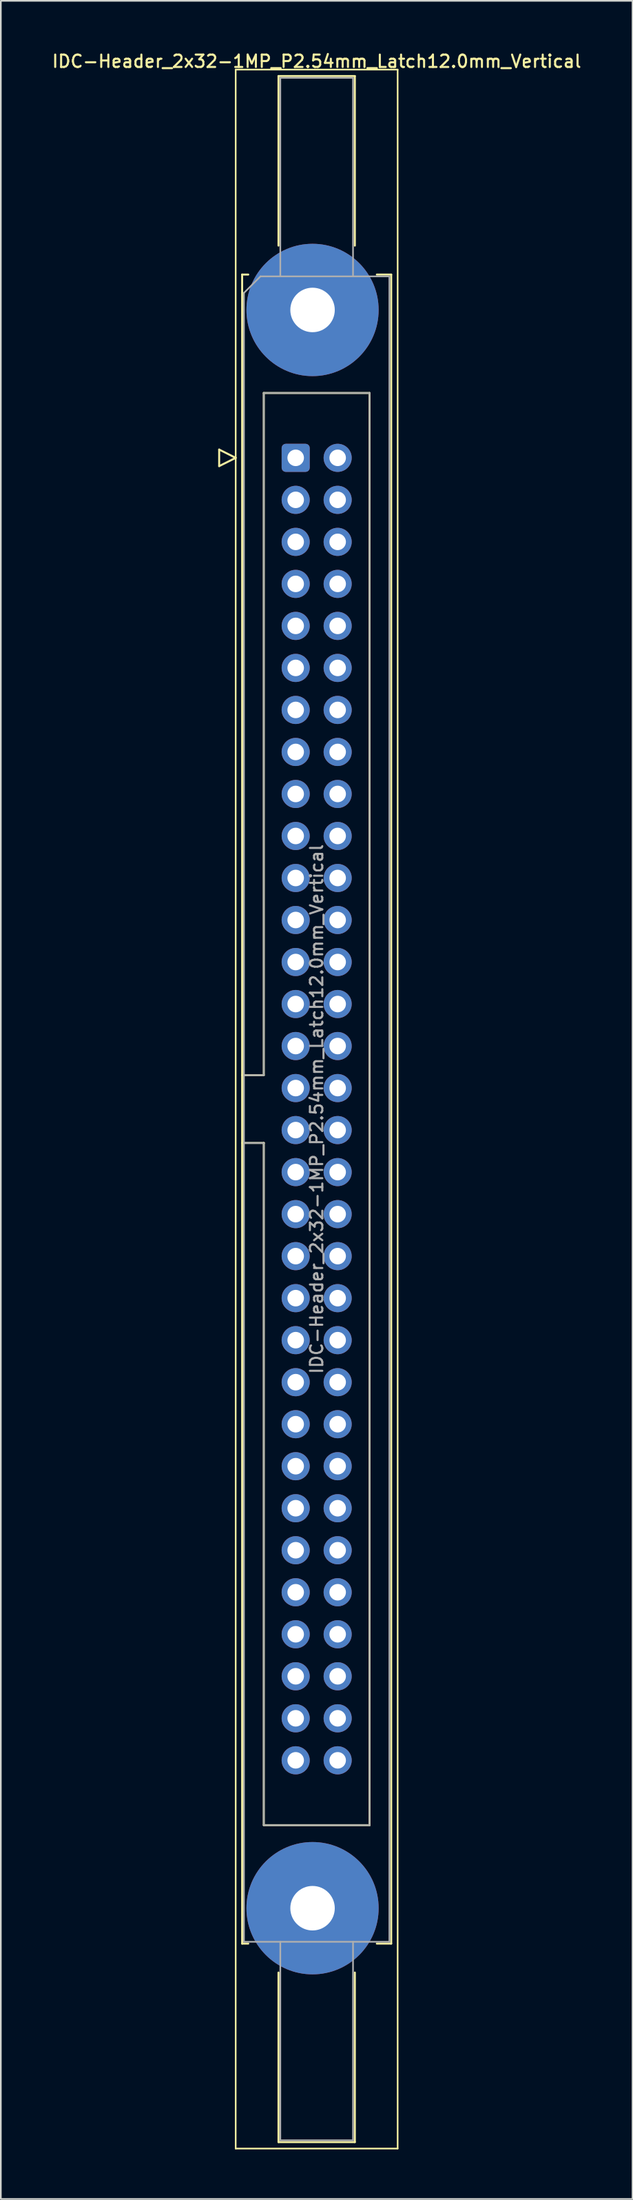
<source format=kicad_pcb>
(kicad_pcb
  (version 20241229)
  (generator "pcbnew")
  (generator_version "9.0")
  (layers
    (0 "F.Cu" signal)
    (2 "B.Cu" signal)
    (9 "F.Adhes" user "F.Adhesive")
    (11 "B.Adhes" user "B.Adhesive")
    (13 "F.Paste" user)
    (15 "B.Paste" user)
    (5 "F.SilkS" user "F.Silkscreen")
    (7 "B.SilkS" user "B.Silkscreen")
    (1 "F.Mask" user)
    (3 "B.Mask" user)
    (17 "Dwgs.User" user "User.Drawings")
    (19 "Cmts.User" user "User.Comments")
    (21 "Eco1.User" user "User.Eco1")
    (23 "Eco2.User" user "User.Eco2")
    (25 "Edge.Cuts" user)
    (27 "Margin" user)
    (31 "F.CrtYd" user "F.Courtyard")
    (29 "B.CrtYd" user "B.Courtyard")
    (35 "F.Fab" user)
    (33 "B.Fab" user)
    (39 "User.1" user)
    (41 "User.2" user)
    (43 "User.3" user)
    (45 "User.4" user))
  (footprint "IDC-Header_2x32-1MP_P2.54mm_Latch12.0mm_Vertical"
    (layer "F.Cu")
    (at 14.842 24.628)
    (property "Reference" "IDC-Header_2x32-1MP_P2.54mm_Latch12.0mm_Vertical" (at 1.27 -23.97 0) (layer "F.SilkS") (effects (font (size 0.75 0.75) (thickness 0.125))))
    (attr through_hole)
    (fp_line (start -4.63 -0.5) (end -4.63 0.5) (stroke (width 0.12) (type solid)) (layer "F.SilkS"))
    (fp_line (start -4.63 0.5) (end -3.63 0) (stroke (width 0.12) (type solid)) (layer "F.SilkS"))
    (fp_line (start -3.63 -23.47) (end -3.63 102.21) (stroke (width 0.1) (type solid)) (layer "F.SilkS"))
    (fp_line (start -3.63 0) (end -4.63 -0.5) (stroke (width 0.12) (type solid)) (layer "F.SilkS"))
    (fp_line (start -3.63 102.21) (end 6.17 102.21) (stroke (width 0.1) (type solid)) (layer "F.SilkS"))
    (fp_line (start -3.24 -11.08) (end -3.24 89.82) (stroke (width 0.12) (type solid)) (layer "F.SilkS"))
    (fp_line (start -3.24 37.32) (end -1.93 37.32) (stroke (width 0.12) (type solid)) (layer "F.SilkS"))
    (fp_line (start -3.24 89.82) (end -2.87 89.82) (stroke (width 0.12) (type solid)) (layer "F.SilkS"))
    (fp_line (start -2.87 -11.08) (end -3.24 -11.08) (stroke (width 0.12) (type solid)) (layer "F.SilkS"))
    (fp_line (start -1.93 -3.92) (end 4.47 -3.92) (stroke (width 0.12) (type solid)) (layer "F.SilkS"))
    (fp_line (start -1.93 37.32) (end -1.93 -3.92) (stroke (width 0.12) (type solid)) (layer "F.SilkS"))
    (fp_line (start -1.93 41.42) (end -3.24 41.42) (stroke (width 0.12) (type solid)) (layer "F.SilkS"))
    (fp_line (start -1.93 41.42) (end -1.93 41.42) (stroke (width 0.12) (type solid)) (layer "F.SilkS"))
    (fp_line (start -1.93 82.66) (end -1.93 41.42) (stroke (width 0.12) (type solid)) (layer "F.SilkS"))
    (fp_line (start -1.04 -23.08) (end 3.58 -23.08) (stroke (width 0.12) (type solid)) (layer "F.SilkS"))
    (fp_line (start -1.04 -12.83) (end -1.04 -23.08) (stroke (width 0.12) (type solid)) (layer "F.SilkS"))
    (fp_line (start -1.04 91.57) (end -1.04 101.82) (stroke (width 0.12) (type solid)) (layer "F.SilkS"))
    (fp_line (start -1.04 101.82) (end 3.58 101.82) (stroke (width 0.12) (type solid)) (layer "F.SilkS"))
    (fp_line (start 3.58 -23.08) (end 3.58 -12.83) (stroke (width 0.12) (type solid)) (layer "F.SilkS"))
    (fp_line (start 3.58 101.82) (end 3.58 91.57) (stroke (width 0.12) (type solid)) (layer "F.SilkS"))
    (fp_line (start 4.47 -3.92) (end 4.47 82.66) (stroke (width 0.12) (type solid)) (layer "F.SilkS"))
    (fp_line (start 4.47 82.66) (end -1.93 82.66) (stroke (width 0.12) (type solid)) (layer "F.SilkS"))
    (fp_line (start 4.91 -11.08) (end 5.78 -11.08) (stroke (width 0.12) (type solid)) (layer "F.SilkS"))
    (fp_line (start 5.78 -11.08) (end 5.78 89.82) (stroke (width 0.12) (type solid)) (layer "F.SilkS"))
    (fp_line (start 5.78 89.82) (end 4.91 89.82) (stroke (width 0.12) (type solid)) (layer "F.SilkS"))
    (fp_line (start 6.17 -23.47) (end -3.63 -23.47) (stroke (width 0.1) (type solid)) (layer "F.SilkS"))
    (fp_line (start 6.17 102.21) (end 6.17 -23.47) (stroke (width 0.1) (type solid)) (layer "F.SilkS"))
    (fp_line (start -3.13 -9.97) (end -2.13 -10.97) (stroke (width 0.1) (type solid)) (layer "F.Fab"))
    (fp_line (start -3.13 37.32) (end -1.93 37.32) (stroke (width 0.1) (type solid)) (layer "F.Fab"))
    (fp_line (start -3.13 89.71) (end -3.13 -9.97) (stroke (width 0.1) (type solid)) (layer "F.Fab"))
    (fp_line (start -2.13 -10.97) (end 5.67 -10.97) (stroke (width 0.1) (type solid)) (layer "F.Fab"))
    (fp_line (start -1.93 -3.92) (end 4.47 -3.92) (stroke (width 0.1) (type solid)) (layer "F.Fab"))
    (fp_line (start -1.93 37.32) (end -1.93 -3.92) (stroke (width 0.1) (type solid)) (layer "F.Fab"))
    (fp_line (start -1.93 41.42) (end -3.13 41.42) (stroke (width 0.1) (type solid)) (layer "F.Fab"))
    (fp_line (start -1.93 41.42) (end -1.93 41.42) (stroke (width 0.1) (type solid)) (layer "F.Fab"))
    (fp_line (start -1.93 82.66) (end -1.93 41.42) (stroke (width 0.1) (type solid)) (layer "F.Fab"))
    (fp_line (start -0.93 -22.97) (end 3.47 -22.97) (stroke (width 0.1) (type solid)) (layer "F.Fab"))
    (fp_line (start -0.93 -10.97) (end -0.93 -22.97) (stroke (width 0.1) (type solid)) (layer "F.Fab"))
    (fp_line (start -0.93 89.71) (end -0.93 101.71) (stroke (width 0.1) (type solid)) (layer "F.Fab"))
    (fp_line (start -0.93 101.71) (end 3.47 101.71) (stroke (width 0.1) (type solid)) (layer "F.Fab"))
    (fp_line (start 3.47 -22.97) (end 3.47 -10.97) (stroke (width 0.1) (type solid)) (layer "F.Fab"))
    (fp_line (start 3.47 101.71) (end 3.47 89.71) (stroke (width 0.1) (type solid)) (layer "F.Fab"))
    (fp_line (start 4.47 -3.92) (end 4.47 82.66) (stroke (width 0.1) (type solid)) (layer "F.Fab"))
    (fp_line (start 4.47 82.66) (end -1.93 82.66) (stroke (width 0.1) (type solid)) (layer "F.Fab"))
    (fp_line (start 5.67 -10.97) (end 5.67 89.71) (stroke (width 0.1) (type solid)) (layer "F.Fab"))
    (fp_line (start 5.67 89.71) (end -3.13 89.71) (stroke (width 0.1) (type solid)) (layer "F.Fab"))
    (fp_text user "${REFERENCE}" (at 1.27 39.37 90) (layer "F.Fab") (effects (font (size 0.75 0.75) (thickness 0.125))))
    (pad "1" thru_hole roundrect (at 0 0) (size 1.7 1.7) (drill 1) (layers "*.Cu" "*.Mask") (roundrect_rratio 0.147))
    (pad "2" thru_hole circle (at 2.54 0) (size 1.7 1.7) (drill 1) (layers "*.Cu" "*.Mask"))
    (pad "3" thru_hole circle (at 0 2.54) (size 1.7 1.7) (drill 1) (layers "*.Cu" "*.Mask"))
    (pad "4" thru_hole circle (at 2.54 2.54) (size 1.7 1.7) (drill 1) (layers "*.Cu" "*.Mask"))
    (pad "5" thru_hole circle (at 0 5.08) (size 1.7 1.7) (drill 1) (layers "*.Cu" "*.Mask"))
    (pad "6" thru_hole circle (at 2.54 5.08) (size 1.7 1.7) (drill 1) (layers "*.Cu" "*.Mask"))
    (pad "7" thru_hole circle (at 0 7.62) (size 1.7 1.7) (drill 1) (layers "*.Cu" "*.Mask"))
    (pad "8" thru_hole circle (at 2.54 7.62) (size 1.7 1.7) (drill 1) (layers "*.Cu" "*.Mask"))
    (pad "9" thru_hole circle (at 0 10.16) (size 1.7 1.7) (drill 1) (layers "*.Cu" "*.Mask"))
    (pad "10" thru_hole circle (at 2.54 10.16) (size 1.7 1.7) (drill 1) (layers "*.Cu" "*.Mask"))
    (pad "11" thru_hole circle (at 0 12.7) (size 1.7 1.7) (drill 1) (layers "*.Cu" "*.Mask"))
    (pad "12" thru_hole circle (at 2.54 12.7) (size 1.7 1.7) (drill 1) (layers "*.Cu" "*.Mask"))
    (pad "13" thru_hole circle (at 0 15.24) (size 1.7 1.7) (drill 1) (layers "*.Cu" "*.Mask"))
    (pad "14" thru_hole circle (at 2.54 15.24) (size 1.7 1.7) (drill 1) (layers "*.Cu" "*.Mask"))
    (pad "15" thru_hole circle (at 0 17.78) (size 1.7 1.7) (drill 1) (layers "*.Cu" "*.Mask"))
    (pad "16" thru_hole circle (at 2.54 17.78) (size 1.7 1.7) (drill 1) (layers "*.Cu" "*.Mask"))
    (pad "17" thru_hole circle (at 0 20.32) (size 1.7 1.7) (drill 1) (layers "*.Cu" "*.Mask"))
    (pad "18" thru_hole circle (at 2.54 20.32) (size 1.7 1.7) (drill 1) (layers "*.Cu" "*.Mask"))
    (pad "19" thru_hole circle (at 0 22.86) (size 1.7 1.7) (drill 1) (layers "*.Cu" "*.Mask"))
    (pad "20" thru_hole circle (at 2.54 22.86) (size 1.7 1.7) (drill 1) (layers "*.Cu" "*.Mask"))
    (pad "21" thru_hole circle (at 0 25.4) (size 1.7 1.7) (drill 1) (layers "*.Cu" "*.Mask"))
    (pad "22" thru_hole circle (at 2.54 25.4) (size 1.7 1.7) (drill 1) (layers "*.Cu" "*.Mask"))
    (pad "23" thru_hole circle (at 0 27.94) (size 1.7 1.7) (drill 1) (layers "*.Cu" "*.Mask"))
    (pad "24" thru_hole circle (at 2.54 27.94) (size 1.7 1.7) (drill 1) (layers "*.Cu" "*.Mask"))
    (pad "25" thru_hole circle (at 0 30.48) (size 1.7 1.7) (drill 1) (layers "*.Cu" "*.Mask"))
    (pad "26" thru_hole circle (at 2.54 30.48) (size 1.7 1.7) (drill 1) (layers "*.Cu" "*.Mask"))
    (pad "27" thru_hole circle (at 0 33.02) (size 1.7 1.7) (drill 1) (layers "*.Cu" "*.Mask"))
    (pad "28" thru_hole circle (at 2.54 33.02) (size 1.7 1.7) (drill 1) (layers "*.Cu" "*.Mask"))
    (pad "29" thru_hole circle (at 0 35.56) (size 1.7 1.7) (drill 1) (layers "*.Cu" "*.Mask"))
    (pad "30" thru_hole circle (at 2.54 35.56) (size 1.7 1.7) (drill 1) (layers "*.Cu" "*.Mask"))
    (pad "31" thru_hole circle (at 0 38.1) (size 1.7 1.7) (drill 1) (layers "*.Cu" "*.Mask"))
    (pad "32" thru_hole circle (at 2.54 38.1) (size 1.7 1.7) (drill 1) (layers "*.Cu" "*.Mask"))
    (pad "33" thru_hole circle (at 0 40.64) (size 1.7 1.7) (drill 1) (layers "*.Cu" "*.Mask"))
    (pad "34" thru_hole circle (at 2.54 40.64) (size 1.7 1.7) (drill 1) (layers "*.Cu" "*.Mask"))
    (pad "35" thru_hole circle (at 0 43.18) (size 1.7 1.7) (drill 1) (layers "*.Cu" "*.Mask"))
    (pad "36" thru_hole circle (at 2.54 43.18) (size 1.7 1.7) (drill 1) (layers "*.Cu" "*.Mask"))
    (pad "37" thru_hole circle (at 0 45.72) (size 1.7 1.7) (drill 1) (layers "*.Cu" "*.Mask"))
    (pad "38" thru_hole circle (at 2.54 45.72) (size 1.7 1.7) (drill 1) (layers "*.Cu" "*.Mask"))
    (pad "39" thru_hole circle (at 0 48.26) (size 1.7 1.7) (drill 1) (layers "*.Cu" "*.Mask"))
    (pad "40" thru_hole circle (at 2.54 48.26) (size 1.7 1.7) (drill 1) (layers "*.Cu" "*.Mask"))
    (pad "41" thru_hole circle (at 0 50.8) (size 1.7 1.7) (drill 1) (layers "*.Cu" "*.Mask"))
    (pad "42" thru_hole circle (at 2.54 50.8) (size 1.7 1.7) (drill 1) (layers "*.Cu" "*.Mask"))
    (pad "43" thru_hole circle (at 0 53.34) (size 1.7 1.7) (drill 1) (layers "*.Cu" "*.Mask"))
    (pad "44" thru_hole circle (at 2.54 53.34) (size 1.7 1.7) (drill 1) (layers "*.Cu" "*.Mask"))
    (pad "45" thru_hole circle (at 0 55.88) (size 1.7 1.7) (drill 1) (layers "*.Cu" "*.Mask"))
    (pad "46" thru_hole circle (at 2.54 55.88) (size 1.7 1.7) (drill 1) (layers "*.Cu" "*.Mask"))
    (pad "47" thru_hole circle (at 0 58.42) (size 1.7 1.7) (drill 1) (layers "*.Cu" "*.Mask"))
    (pad "48" thru_hole circle (at 2.54 58.42) (size 1.7 1.7) (drill 1) (layers "*.Cu" "*.Mask"))
    (pad "49" thru_hole circle (at 0 60.96) (size 1.7 1.7) (drill 1) (layers "*.Cu" "*.Mask"))
    (pad "50" thru_hole circle (at 2.54 60.96) (size 1.7 1.7) (drill 1) (layers "*.Cu" "*.Mask"))
    (pad "51" thru_hole circle (at 0 63.5) (size 1.7 1.7) (drill 1) (layers "*.Cu" "*.Mask"))
    (pad "52" thru_hole circle (at 2.54 63.5) (size 1.7 1.7) (drill 1) (layers "*.Cu" "*.Mask"))
    (pad "53" thru_hole circle (at 0 66.04) (size 1.7 1.7) (drill 1) (layers "*.Cu" "*.Mask"))
    (pad "54" thru_hole circle (at 2.54 66.04) (size 1.7 1.7) (drill 1) (layers "*.Cu" "*.Mask"))
    (pad "55" thru_hole circle (at 0 68.58) (size 1.7 1.7) (drill 1) (layers "*.Cu" "*.Mask"))
    (pad "56" thru_hole circle (at 2.54 68.58) (size 1.7 1.7) (drill 1) (layers "*.Cu" "*.Mask"))
    (pad "57" thru_hole circle (at 0 71.12) (size 1.7 1.7) (drill 1) (layers "*.Cu" "*.Mask"))
    (pad "58" thru_hole circle (at 2.54 71.12) (size 1.7 1.7) (drill 1) (layers "*.Cu" "*.Mask"))
    (pad "59" thru_hole circle (at 0 73.66) (size 1.7 1.7) (drill 1) (layers "*.Cu" "*.Mask"))
    (pad "60" thru_hole circle (at 2.54 73.66) (size 1.7 1.7) (drill 1) (layers "*.Cu" "*.Mask"))
    (pad "61" thru_hole circle (at 0 76.2) (size 1.7 1.7) (drill 1) (layers "*.Cu" "*.Mask"))
    (pad "62" thru_hole circle (at 2.54 76.2) (size 1.7 1.7) (drill 1) (layers "*.Cu" "*.Mask"))
    (pad "63" thru_hole circle (at 0 78.74) (size 1.7 1.7) (drill 1) (layers "*.Cu" "*.Mask"))
    (pad "64" thru_hole circle (at 2.54 78.74) (size 1.7 1.7) (drill 1) (layers "*.Cu" "*.Mask"))
    (pad "MP" thru_hole circle (at 1.02 -8.94) (size 8 8) (drill 2.69) (layers "*.Cu" "*.Mask"))
    (pad "MP" thru_hole circle (at 1.02 87.68) (size 8 8) (drill 2.69) (layers "*.Cu" "*.Mask")))
  (gr_rect
    (start -3 -3)
    (end 35.225 129.888)
    (stroke (width 0.1) (type default))
    (fill no)
    (layer "Edge.Cuts")))
</source>
